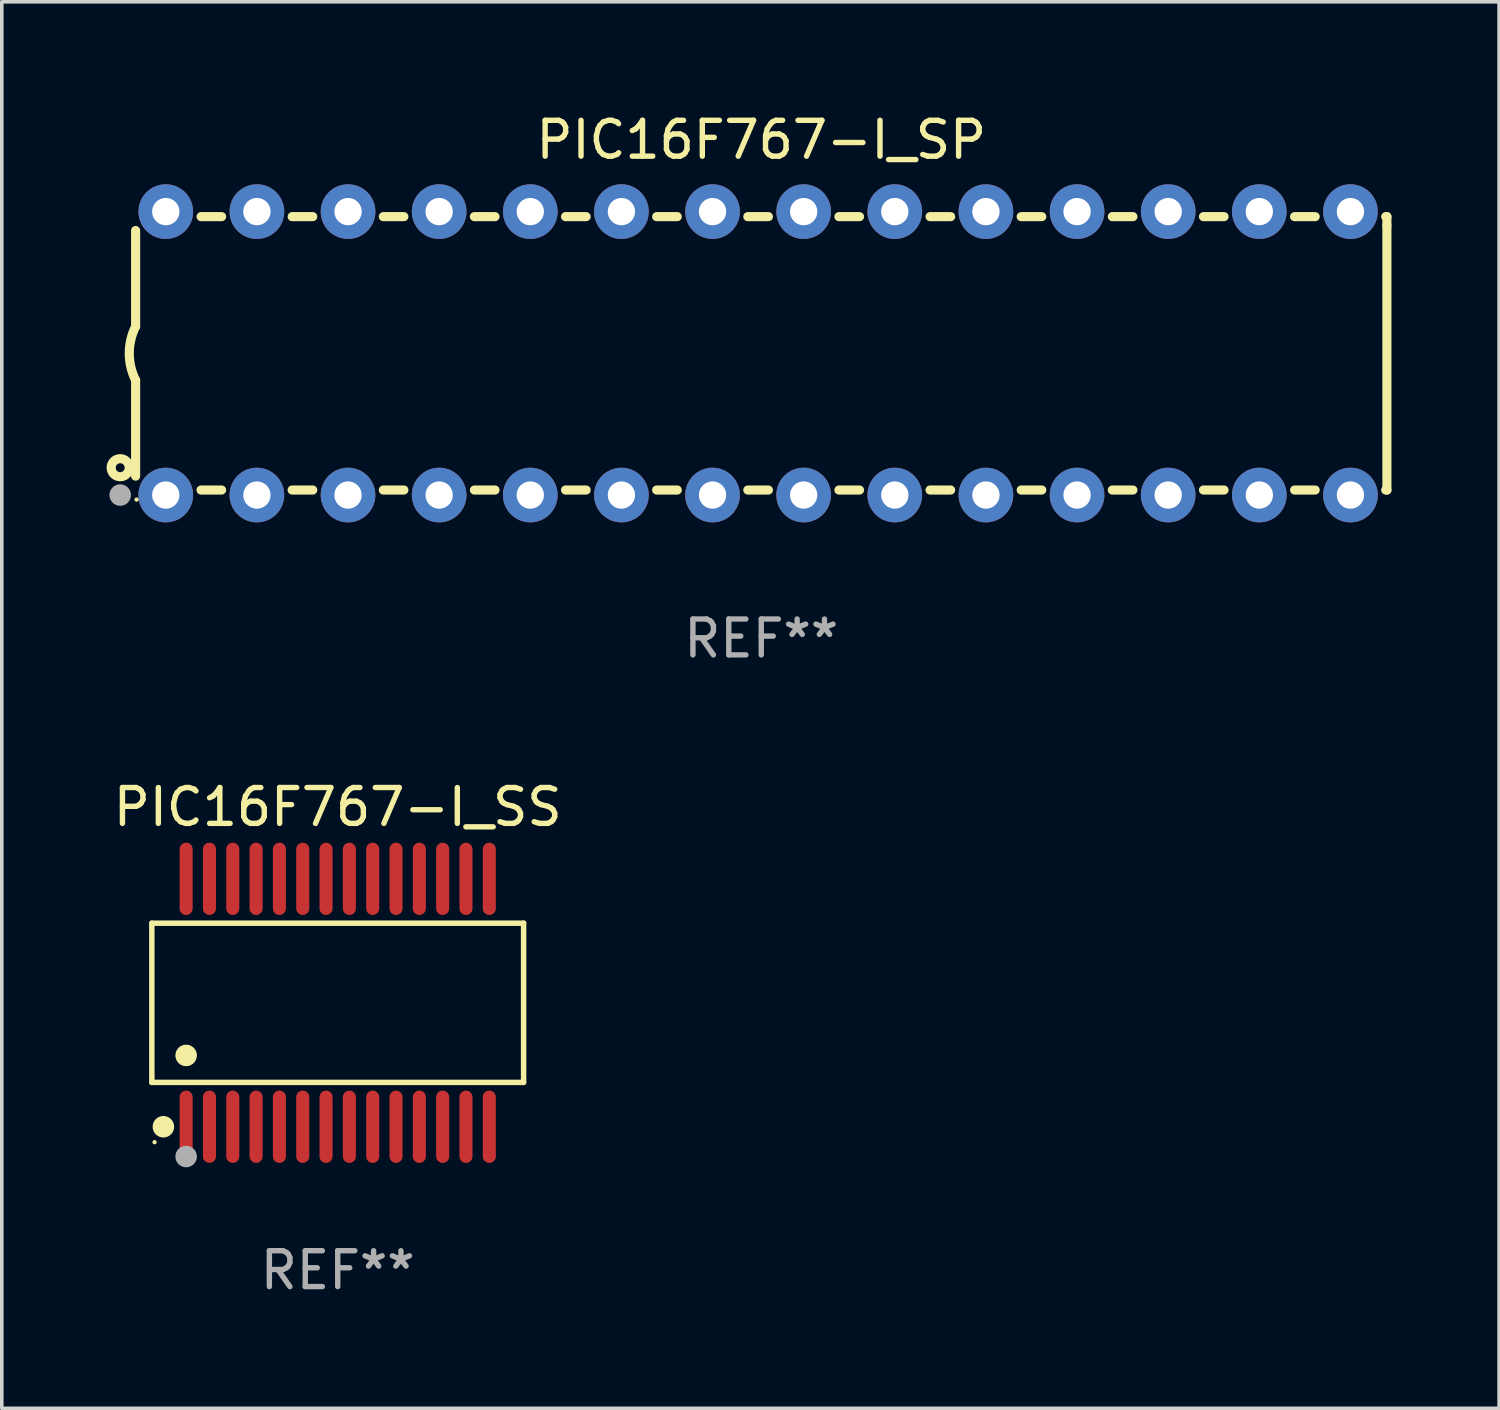
<source format=kicad_pcb>
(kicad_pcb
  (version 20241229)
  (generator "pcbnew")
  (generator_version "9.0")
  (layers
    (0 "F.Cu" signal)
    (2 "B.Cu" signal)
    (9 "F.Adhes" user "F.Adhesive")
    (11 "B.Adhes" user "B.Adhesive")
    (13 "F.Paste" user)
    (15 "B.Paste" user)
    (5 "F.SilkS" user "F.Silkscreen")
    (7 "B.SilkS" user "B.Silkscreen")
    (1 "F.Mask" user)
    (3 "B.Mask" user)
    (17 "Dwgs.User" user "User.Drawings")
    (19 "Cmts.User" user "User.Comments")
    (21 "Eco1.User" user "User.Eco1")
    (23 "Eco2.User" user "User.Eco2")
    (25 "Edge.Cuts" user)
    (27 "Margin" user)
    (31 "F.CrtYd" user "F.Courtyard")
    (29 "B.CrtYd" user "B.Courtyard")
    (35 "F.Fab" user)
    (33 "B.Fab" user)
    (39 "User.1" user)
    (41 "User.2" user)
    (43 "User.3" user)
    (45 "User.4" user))
  (footprint "PIC16F767-I_SP"
    (layer "F.Cu")
    (at 18.168 6.798)
    (property "Reference" "PIC16F767-I_SP" (at 0 -5.95 0) (layer "F.SilkS") (effects (font (size 1 1) (thickness 0.15))))
    (attr through_hole)
    (fp_line (start -17.438 0.75) (end -17.438 3.423) (stroke (width 0.254) (type solid)) (layer "F.SilkS"))
    (fp_line (start -17.438 -3.423) (end -17.438 -0.75) (stroke (width 0.254) (type solid)) (layer "F.SilkS"))
    (fp_line (start -15.615 3.81) (end -15.041 3.81) (stroke (width 0.254) (type solid)) (layer "F.SilkS"))
    (fp_line (start -15.041 -3.81) (end -15.614 -3.81) (stroke (width 0.254) (type solid)) (layer "F.SilkS"))
    (fp_line (start -13.075 3.81) (end -12.501 3.81) (stroke (width 0.254) (type solid)) (layer "F.SilkS"))
    (fp_line (start -12.501 -3.81) (end -13.074 -3.81) (stroke (width 0.254) (type solid)) (layer "F.SilkS"))
    (fp_line (start -10.535 3.81) (end -9.961 3.81) (stroke (width 0.254) (type solid)) (layer "F.SilkS"))
    (fp_line (start -9.961 -3.81) (end -10.534 -3.81) (stroke (width 0.254) (type solid)) (layer "F.SilkS"))
    (fp_line (start -7.995 3.81) (end -7.421 3.81) (stroke (width 0.254) (type solid)) (layer "F.SilkS"))
    (fp_line (start -7.421 -3.81) (end -7.995 -3.81) (stroke (width 0.254) (type solid)) (layer "F.SilkS"))
    (fp_line (start -5.455 3.81) (end -4.881 3.81) (stroke (width 0.254) (type solid)) (layer "F.SilkS"))
    (fp_line (start -4.881 -3.81) (end -5.455 -3.81) (stroke (width 0.254) (type solid)) (layer "F.SilkS"))
    (fp_line (start -2.915 3.81) (end -2.341 3.81) (stroke (width 0.254) (type solid)) (layer "F.SilkS"))
    (fp_line (start -2.341 -3.81) (end -2.915 -3.81) (stroke (width 0.254) (type solid)) (layer "F.SilkS"))
    (fp_line (start -0.375 3.81) (end 0.199 3.81) (stroke (width 0.254) (type solid)) (layer "F.SilkS"))
    (fp_line (start 0.199 -3.81) (end -0.375 -3.81) (stroke (width 0.254) (type solid)) (layer "F.SilkS"))
    (fp_line (start 2.165 3.81) (end 2.739 3.81) (stroke (width 0.254) (type solid)) (layer "F.SilkS"))
    (fp_line (start 2.739 -3.81) (end 2.165 -3.81) (stroke (width 0.254) (type solid)) (layer "F.SilkS"))
    (fp_line (start 4.705 3.81) (end 5.279 3.81) (stroke (width 0.254) (type solid)) (layer "F.SilkS"))
    (fp_line (start 5.279 -3.81) (end 4.705 -3.81) (stroke (width 0.254) (type solid)) (layer "F.SilkS"))
    (fp_line (start 7.245 3.81) (end 7.819 3.81) (stroke (width 0.254) (type solid)) (layer "F.SilkS"))
    (fp_line (start 7.819 -3.81) (end 7.245 -3.81) (stroke (width 0.254) (type solid)) (layer "F.SilkS"))
    (fp_line (start 9.785 3.81) (end 10.359 3.81) (stroke (width 0.254) (type solid)) (layer "F.SilkS"))
    (fp_line (start 10.359 -3.81) (end 9.785 -3.81) (stroke (width 0.254) (type solid)) (layer "F.SilkS"))
    (fp_line (start 12.325 3.81) (end 12.899 3.81) (stroke (width 0.254) (type solid)) (layer "F.SilkS"))
    (fp_line (start 12.899 -3.81) (end 12.325 -3.81) (stroke (width 0.254) (type solid)) (layer "F.SilkS"))
    (fp_line (start 14.865 3.81) (end 15.439 3.81) (stroke (width 0.254) (type solid)) (layer "F.SilkS"))
    (fp_line (start 15.439 -3.81) (end 14.865 -3.81) (stroke (width 0.254) (type solid)) (layer "F.SilkS"))
    (fp_line (start 17.405 3.81) (end 17.438 3.81) (stroke (width 0.254) (type solid)) (layer "F.SilkS"))
    (fp_line (start 17.438 -3.81) (end 17.405 -3.81) (stroke (width 0.254) (type solid)) (layer "F.SilkS"))
    (fp_line (start 17.438 -3.556) (end 17.438 -3.81) (stroke (width 0.254) (type solid)) (layer "F.SilkS"))
    (fp_line (start 17.438 3.81) (end 17.438 -3.556) (stroke (width 0.254) (type solid)) (layer "F.SilkS"))
    (fp_arc (start -17.437986 0.749657) (mid -17.614887 -0.000024) (end -17.437783 -0.749657) (stroke (width 0.254001) (type solid)) (layer "F.SilkS"))
    (fp_circle (center -17.868 3.188) (end -17.743 3.188) (stroke (width 0.254) (type solid)) (fill no) (layer "F.SilkS"))
    (fp_circle (center -17.411 4.077) (end -17.381 4.077) (stroke (width 0.06) (type solid)) (fill no) (layer "F.SilkS"))
    (fp_circle (center -17.868 3.95) (end -17.718 3.95) (stroke (width 0.3) (type solid)) (fill no) (layer "F.Fab"))
    (fp_text user "REF**" (at 0 7.95 0) (layer "F.Fab") (effects (font (size 1 1) (thickness 0.15))))
    (pad "1" thru_hole circle (at -16.598 3.95) (size 1.524 1.524) (drill 0.762) (layers "*.Cu" "*.Mask"))
    (pad "2" thru_hole circle (at -14.058 3.95) (size 1.524 1.524) (drill 0.762) (layers "*.Cu" "*.Mask"))
    (pad "3" thru_hole circle (at -11.518 3.95) (size 1.524 1.524) (drill 0.762) (layers "*.Cu" "*.Mask"))
    (pad "4" thru_hole circle (at -8.978 3.95) (size 1.524 1.524) (drill 0.762) (layers "*.Cu" "*.Mask"))
    (pad "5" thru_hole circle (at -6.438 3.95) (size 1.524 1.524) (drill 0.762) (layers "*.Cu" "*.Mask"))
    (pad "6" thru_hole circle (at -3.898 3.95) (size 1.524 1.524) (drill 0.762) (layers "*.Cu" "*.Mask"))
    (pad "7" thru_hole circle (at -1.358 3.95) (size 1.524 1.524) (drill 0.762) (layers "*.Cu" "*.Mask"))
    (pad "8" thru_hole circle (at 1.182 3.95) (size 1.524 1.524) (drill 0.762) (layers "*.Cu" "*.Mask"))
    (pad "9" thru_hole circle (at 3.722 3.95) (size 1.524 1.524) (drill 0.762) (layers "*.Cu" "*.Mask"))
    (pad "10" thru_hole circle (at 6.262 3.95) (size 1.524 1.524) (drill 0.762) (layers "*.Cu" "*.Mask"))
    (pad "11" thru_hole circle (at 8.802 3.95) (size 1.524 1.524) (drill 0.762) (layers "*.Cu" "*.Mask"))
    (pad "12" thru_hole circle (at 11.342 3.95) (size 1.524 1.524) (drill 0.762) (layers "*.Cu" "*.Mask"))
    (pad "13" thru_hole circle (at 13.882 3.95) (size 1.524 1.524) (drill 0.762) (layers "*.Cu" "*.Mask"))
    (pad "14" thru_hole circle (at 16.422 3.95) (size 1.524 1.524) (drill 0.762) (layers "*.Cu" "*.Mask"))
    (pad "15" thru_hole circle (at 16.422 -3.95) (size 1.524 1.524) (drill 0.762) (layers "*.Cu" "*.Mask"))
    (pad "16" thru_hole circle (at 13.882 -3.95) (size 1.524 1.524) (drill 0.762) (layers "*.Cu" "*.Mask"))
    (pad "17" thru_hole circle (at 11.342 -3.95) (size 1.524 1.524) (drill 0.762) (layers "*.Cu" "*.Mask"))
    (pad "18" thru_hole circle (at 8.802 -3.95) (size 1.524 1.524) (drill 0.762) (layers "*.Cu" "*.Mask"))
    (pad "19" thru_hole circle (at 6.262 -3.95) (size 1.524 1.524) (drill 0.762) (layers "*.Cu" "*.Mask"))
    (pad "20" thru_hole circle (at 3.722 -3.95) (size 1.524 1.524) (drill 0.762) (layers "*.Cu" "*.Mask"))
    (pad "21" thru_hole circle (at 1.182 -3.95) (size 1.524 1.524) (drill 0.762) (layers "*.Cu" "*.Mask"))
    (pad "22" thru_hole circle (at -1.358 -3.95) (size 1.524 1.524) (drill 0.762) (layers "*.Cu" "*.Mask"))
    (pad "23" thru_hole circle (at -3.898 -3.95) (size 1.524 1.524) (drill 0.762) (layers "*.Cu" "*.Mask"))
    (pad "24" thru_hole circle (at -6.438 -3.95) (size 1.524 1.524) (drill 0.762) (layers "*.Cu" "*.Mask"))
    (pad "25" thru_hole circle (at -8.978 -3.95) (size 1.524 1.524) (drill 0.762) (layers "*.Cu" "*.Mask"))
    (pad "26" thru_hole circle (at -11.517 -3.95) (size 1.524 1.524) (drill 0.762) (layers "*.Cu" "*.Mask"))
    (pad "27" thru_hole circle (at -14.057 -3.95) (size 1.524 1.524) (drill 0.762) (layers "*.Cu" "*.Mask"))
    (pad "28" thru_hole circle (at -16.597 -3.95) (size 1.524 1.524) (drill 0.762) (layers "*.Cu" "*.Mask")))
  (footprint "PIC16F767-I_SS"
    (layer "F.Cu")
    (at 6.363 24.9)
    (property "Reference" "PIC16F767-I_SS" (at 0 -5.455 0) (layer "F.SilkS") (effects (font (size 1 1) (thickness 0.15))))
    (attr through_hole)
    (fp_line (start -5.181 -2.219) (end 5.181 -2.219) (stroke (width 0.152) (type solid)) (layer "F.SilkS"))
    (fp_line (start -5.181 2.219) (end -5.181 -2.219) (stroke (width 0.152) (type solid)) (layer "F.SilkS"))
    (fp_line (start 5.181 -2.219) (end 5.181 2.219) (stroke (width 0.152) (type solid)) (layer "F.SilkS"))
    (fp_line (start 5.181 2.219) (end -5.181 2.219) (stroke (width 0.152) (type solid)) (layer "F.SilkS"))
    (fp_circle (center -5.105 3.885) (end -5.075 3.885) (stroke (width 0.06) (type solid)) (fill no) (layer "F.SilkS"))
    (fp_circle (center -4.859 3.455) (end -4.709 3.455) (stroke (width 0.3) (type solid)) (fill no) (layer "F.SilkS"))
    (fp_circle (center -4.225 1.467) (end -4.075 1.467) (stroke (width 0.3) (type solid)) (fill no) (layer "F.SilkS"))
    (fp_circle (center -4.225 4.285) (end -4.075 4.285) (stroke (width 0.3) (type solid)) (fill no) (layer "F.Fab"))
    (fp_text user "REF**" (at 0 7.455 0) (layer "F.Fab") (effects (font (size 1 1) (thickness 0.15))))
    (pad "1" smd oval (at -4.225 3.455) (size 0.364 2.015) (layers "F.Cu" "F.Mask" "F.Paste"))
    (pad "2" smd oval (at -3.575 3.455) (size 0.364 2.015) (layers "F.Cu" "F.Mask" "F.Paste"))
    (pad "3" smd oval (at -2.925 3.455) (size 0.364 2.015) (layers "F.Cu" "F.Mask" "F.Paste"))
    (pad "4" smd oval (at -2.275 3.455) (size 0.364 2.015) (layers "F.Cu" "F.Mask" "F.Paste"))
    (pad "5" smd oval (at -1.625 3.455) (size 0.364 2.015) (layers "F.Cu" "F.Mask" "F.Paste"))
    (pad "6" smd oval (at -0.975 3.455) (size 0.364 2.015) (layers "F.Cu" "F.Mask" "F.Paste"))
    (pad "7" smd oval (at -0.325 3.455) (size 0.364 2.015) (layers "F.Cu" "F.Mask" "F.Paste"))
    (pad "8" smd oval (at 0.325 3.455) (size 0.364 2.015) (layers "F.Cu" "F.Mask" "F.Paste"))
    (pad "9" smd oval (at 0.975 3.455) (size 0.364 2.015) (layers "F.Cu" "F.Mask" "F.Paste"))
    (pad "10" smd oval (at 1.625 3.455) (size 0.364 2.015) (layers "F.Cu" "F.Mask" "F.Paste"))
    (pad "11" smd oval (at 2.275 3.455) (size 0.364 2.015) (layers "F.Cu" "F.Mask" "F.Paste"))
    (pad "12" smd oval (at 2.925 3.455) (size 0.364 2.015) (layers "F.Cu" "F.Mask" "F.Paste"))
    (pad "13" smd oval (at 3.575 3.455) (size 0.364 2.015) (layers "F.Cu" "F.Mask" "F.Paste"))
    (pad "14" smd oval (at 4.225 3.455) (size 0.364 2.015) (layers "F.Cu" "F.Mask" "F.Paste"))
    (pad "15" smd oval (at 4.225 -3.455) (size 0.364 2.015) (layers "F.Cu" "F.Mask" "F.Paste"))
    (pad "16" smd oval (at 3.575 -3.455) (size 0.364 2.015) (layers "F.Cu" "F.Mask" "F.Paste"))
    (pad "17" smd oval (at 2.925 -3.455) (size 0.364 2.015) (layers "F.Cu" "F.Mask" "F.Paste"))
    (pad "18" smd oval (at 2.275 -3.455) (size 0.364 2.015) (layers "F.Cu" "F.Mask" "F.Paste"))
    (pad "19" smd oval (at 1.625 -3.455) (size 0.364 2.015) (layers "F.Cu" "F.Mask" "F.Paste"))
    (pad "20" smd oval (at 0.975 -3.455) (size 0.364 2.015) (layers "F.Cu" "F.Mask" "F.Paste"))
    (pad "21" smd oval (at 0.325 -3.455) (size 0.364 2.015) (layers "F.Cu" "F.Mask" "F.Paste"))
    (pad "22" smd oval (at -0.325 -3.455) (size 0.364 2.015) (layers "F.Cu" "F.Mask" "F.Paste"))
    (pad "23" smd oval (at -0.975 -3.455) (size 0.364 2.015) (layers "F.Cu" "F.Mask" "F.Paste"))
    (pad "24" smd oval (at -1.625 -3.455) (size 0.364 2.015) (layers "F.Cu" "F.Mask" "F.Paste"))
    (pad "25" smd oval (at -2.275 -3.455) (size 0.364 2.015) (layers "F.Cu" "F.Mask" "F.Paste"))
    (pad "26" smd oval (at -2.925 -3.455) (size 0.364 2.015) (layers "F.Cu" "F.Mask" "F.Paste"))
    (pad "27" smd oval (at -3.575 -3.455) (size 0.364 2.015) (layers "F.Cu" "F.Mask" "F.Paste"))
    (pad "28" smd oval (at -4.225 -3.455) (size 0.364 2.015) (layers "F.Cu" "F.Mask" "F.Paste")))
  (gr_rect
    (start -3 -3)
    (end 38.733 36.203)
    (stroke (width 0.1) (type default))
    (fill no)
    (layer "Edge.Cuts")))
</source>
